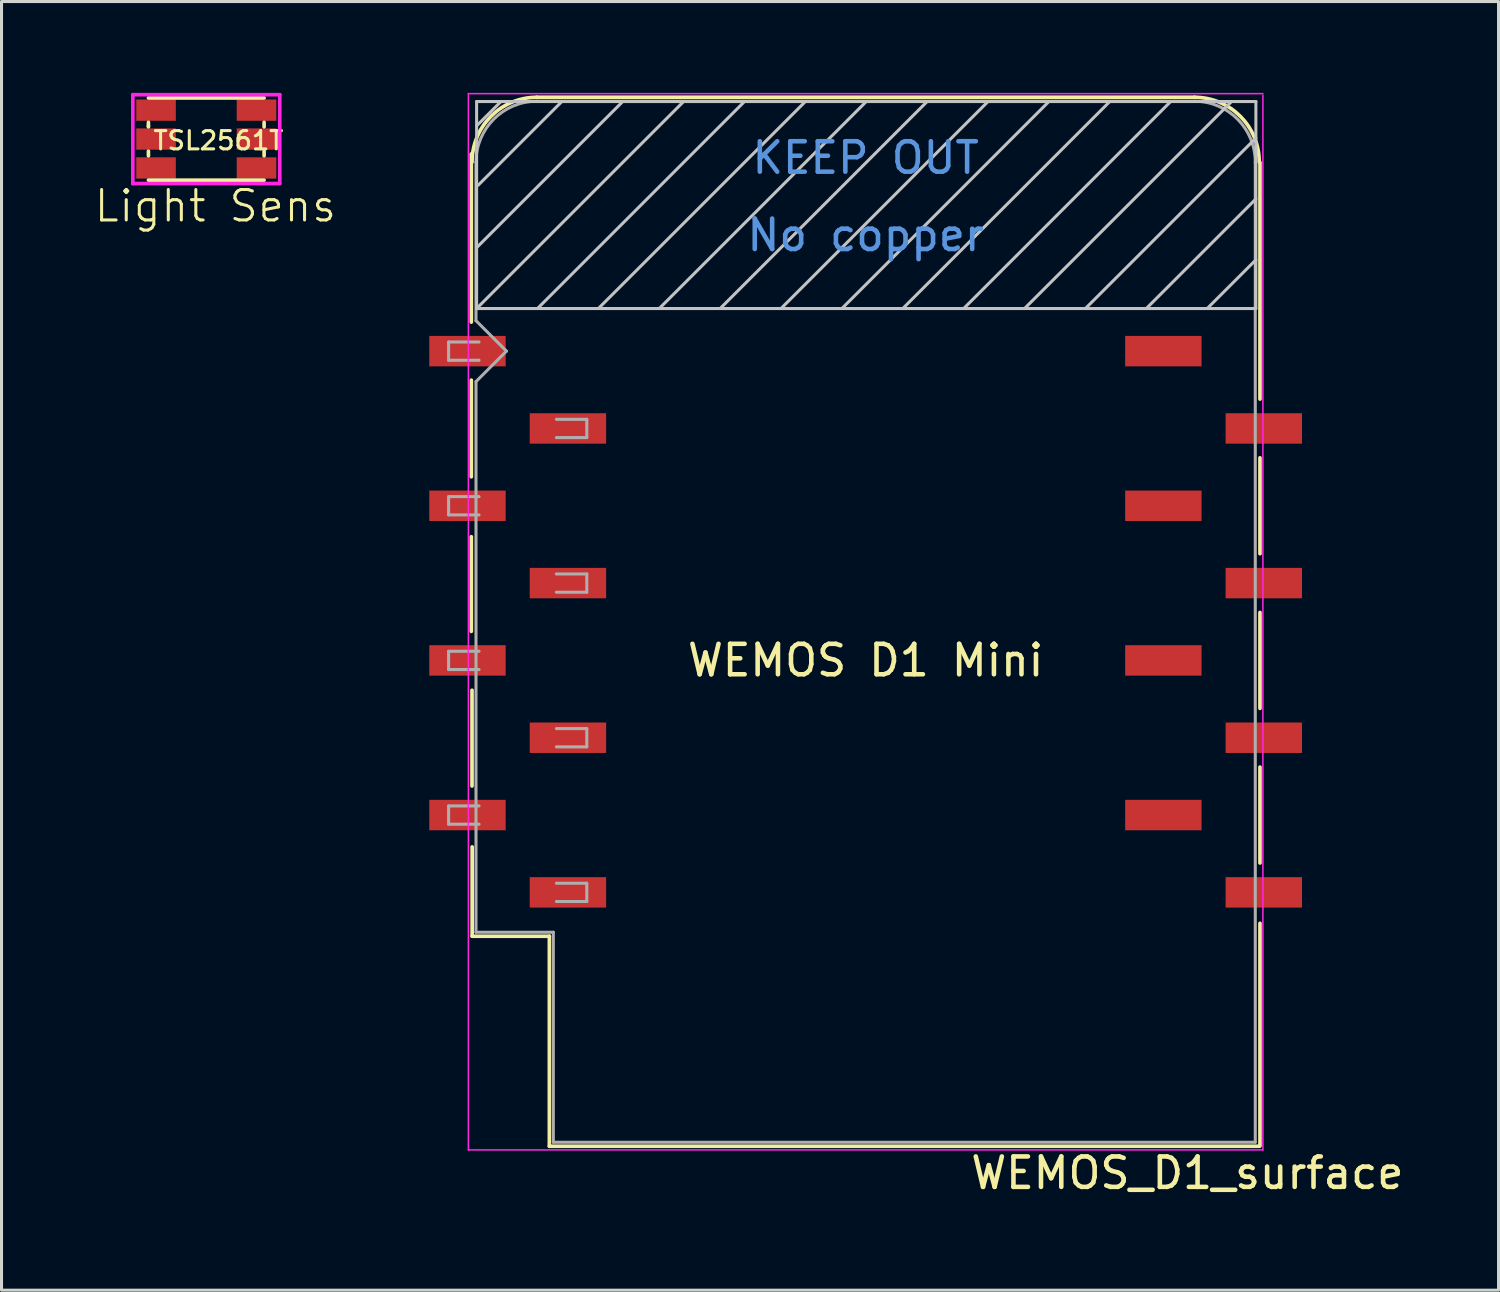
<source format=kicad_pcb>
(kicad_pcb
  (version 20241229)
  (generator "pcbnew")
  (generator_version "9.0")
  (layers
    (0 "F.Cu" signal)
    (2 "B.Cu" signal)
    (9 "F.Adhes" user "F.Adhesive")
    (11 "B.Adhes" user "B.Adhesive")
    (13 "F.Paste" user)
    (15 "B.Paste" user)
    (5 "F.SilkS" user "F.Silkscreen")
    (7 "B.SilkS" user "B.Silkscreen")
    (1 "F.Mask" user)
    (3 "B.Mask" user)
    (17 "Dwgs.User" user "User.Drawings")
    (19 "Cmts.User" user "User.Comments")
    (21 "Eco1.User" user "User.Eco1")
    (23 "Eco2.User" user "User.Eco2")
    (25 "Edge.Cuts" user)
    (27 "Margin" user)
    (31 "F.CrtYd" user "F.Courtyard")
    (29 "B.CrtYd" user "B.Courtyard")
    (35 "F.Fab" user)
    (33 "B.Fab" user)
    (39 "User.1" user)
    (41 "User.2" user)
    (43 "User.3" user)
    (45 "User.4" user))
  (footprint "WEMOS_D1_surface"
    (layer "F.Cu")
    (at 13.957 8.485)
    (property "Reference" "WEMOS_D1_surface" (at 22 27 0) (layer "F.SilkS") (effects (font (size 1 1) (thickness 0.15))))
    (attr through_hole)
    (fp_line (start -1.524 -0.953) (end -1.524 -6.477) (stroke (width 0.12) (type solid)) (layer "F.SilkS"))
    (fp_line (start -1.524 4.128) (end -1.524 0.953) (stroke (width 0.12) (type solid)) (layer "F.SilkS"))
    (fp_line (start -1.524 9.207) (end -1.524 6.096) (stroke (width 0.12) (type solid)) (layer "F.SilkS"))
    (fp_line (start -1.501 14.285) (end -1.501 11.14) (stroke (width 0.12) (type solid)) (layer "F.SilkS"))
    (fp_line (start -1.5 19.22) (end 1.04 19.22) (stroke (width 0.12) (type solid)) (layer "F.SilkS"))
    (fp_line (start -1.496 19.213) (end -1.496 16.286) (stroke (width 0.12) (type solid)) (layer "F.SilkS"))
    (fp_line (start 1.04 19.22) (end 1.04 26.12) (stroke (width 0.12) (type solid)) (layer "F.SilkS"))
    (fp_line (start 1.04 26.12) (end 24.36 26.12) (stroke (width 0.12) (type solid)) (layer "F.SilkS"))
    (fp_line (start 22.24 -8.34) (end 0.63 -8.34) (stroke (width 0.12) (type solid)) (layer "F.SilkS"))
    (fp_line (start 24.384 1.575) (end 24.384 -6.198) (stroke (width 0.12) (type solid)) (layer "F.SilkS"))
    (fp_line (start 24.384 6.655) (end 24.384 3.505) (stroke (width 0.12) (type solid)) (layer "F.SilkS"))
    (fp_line (start 24.384 11.735) (end 24.384 8.585) (stroke (width 0.12) (type solid)) (layer "F.SilkS"))
    (fp_line (start 24.384 16.815) (end 24.384 13.665) (stroke (width 0.12) (type solid)) (layer "F.SilkS"))
    (fp_line (start 24.384 18.796) (end 24.384 26.111) (stroke (width 0.12) (type solid)) (layer "F.SilkS"))
    (fp_arc (start -1.5 -6.21) (mid -0.876137 -7.716137) (end 0.63 -8.34) (stroke (width 0.12) (type solid)) (layer "F.SilkS"))
    (fp_arc (start 22.23 -8.34) (mid 23.736137 -7.716137) (end 24.36 -6.21) (stroke (width 0.12) (type solid)) (layer "F.SilkS"))
    (fp_line (start -1.35 -8.2) (end -1.35 -1.4) (stroke (width 0.1) (type solid)) (layer "Dwgs.User"))
    (fp_line (start -1.35 -7.4) (end -0.55 -8.2) (stroke (width 0.1) (type solid)) (layer "Dwgs.User"))
    (fp_line (start -1.35 -3.4) (end 3.45 -8.2) (stroke (width 0.1) (type solid)) (layer "Dwgs.User"))
    (fp_line (start -1.35 -1.4) (end 5.45 -8.2) (stroke (width 0.1) (type solid)) (layer "Dwgs.User"))
    (fp_line (start -1.35 -1.4) (end 24.25 -1.4) (stroke (width 0.1) (type solid)) (layer "Dwgs.User"))
    (fp_line (start -1.3 -5.45) (end 1.45 -8.2) (stroke (width 0.1) (type solid)) (layer "Dwgs.User"))
    (fp_line (start 0.65 -1.4) (end 7.45 -8.2) (stroke (width 0.1) (type solid)) (layer "Dwgs.User"))
    (fp_line (start 2.65 -1.4) (end 9.45 -8.2) (stroke (width 0.1) (type solid)) (layer "Dwgs.User"))
    (fp_line (start 4.65 -1.4) (end 11.45 -8.2) (stroke (width 0.1) (type solid)) (layer "Dwgs.User"))
    (fp_line (start 6.65 -1.4) (end 13.45 -8.2) (stroke (width 0.1) (type solid)) (layer "Dwgs.User"))
    (fp_line (start 8.65 -1.4) (end 15.45 -8.2) (stroke (width 0.1) (type solid)) (layer "Dwgs.User"))
    (fp_line (start 10.65 -1.4) (end 17.45 -8.2) (stroke (width 0.1) (type solid)) (layer "Dwgs.User"))
    (fp_line (start 12.65 -1.4) (end 19.45 -8.2) (stroke (width 0.1) (type solid)) (layer "Dwgs.User"))
    (fp_line (start 14.65 -1.4) (end 21.45 -8.2) (stroke (width 0.1) (type solid)) (layer "Dwgs.User"))
    (fp_line (start 16.65 -1.4) (end 23.45 -8.2) (stroke (width 0.1) (type solid)) (layer "Dwgs.User"))
    (fp_line (start 18.65 -1.4) (end 24.25 -7) (stroke (width 0.1) (type solid)) (layer "Dwgs.User"))
    (fp_line (start 20.65 -1.4) (end 24.25 -5) (stroke (width 0.1) (type solid)) (layer "Dwgs.User"))
    (fp_line (start 22.65 -1.4) (end 24.25 -3) (stroke (width 0.1) (type solid)) (layer "Dwgs.User"))
    (fp_line (start 24.25 -8.2) (end -1.35 -8.2) (stroke (width 0.1) (type solid)) (layer "Dwgs.User"))
    (fp_line (start 24.25 -1.4) (end 24.25 -8.2) (stroke (width 0.1) (type solid)) (layer "Dwgs.User"))
    (fp_line (start -1.62 -8.46) (end 24.48 -8.46) (stroke (width 0.05) (type solid)) (layer "F.CrtYd"))
    (fp_line (start -1.62 26.24) (end -1.62 -8.46) (stroke (width 0.05) (type solid)) (layer "F.CrtYd"))
    (fp_line (start 24.48 -8.41) (end 24.48 26.24) (stroke (width 0.05) (type solid)) (layer "F.CrtYd"))
    (fp_line (start 24.48 26.24) (end -1.62 26.24) (stroke (width 0.05) (type solid)) (layer "F.CrtYd"))
    (fp_line (start -2.27 -0.3) (end -1.27 -0.3) (stroke (width 0.1) (type solid)) (layer "F.Fab"))
    (fp_line (start -2.27 0.3) (end -2.27 -0.3) (stroke (width 0.1) (type solid)) (layer "F.Fab"))
    (fp_line (start -2.27 4.78) (end -1.27 4.78) (stroke (width 0.1) (type solid)) (layer "F.Fab"))
    (fp_line (start -2.27 5.38) (end -2.27 4.78) (stroke (width 0.1) (type solid)) (layer "F.Fab"))
    (fp_line (start -2.27 9.86) (end -1.27 9.86) (stroke (width 0.1) (type solid)) (layer "F.Fab"))
    (fp_line (start -2.27 10.46) (end -2.27 9.86) (stroke (width 0.1) (type solid)) (layer "F.Fab"))
    (fp_line (start -2.27 14.94) (end -1.27 14.94) (stroke (width 0.1) (type solid)) (layer "F.Fab"))
    (fp_line (start -2.27 15.54) (end -2.27 14.94) (stroke (width 0.1) (type solid)) (layer "F.Fab"))
    (fp_line (start -1.37 -6.21) (end -1.37 -1) (stroke (width 0.1) (type solid)) (layer "F.Fab"))
    (fp_line (start -1.37 1) (end -1.37 19.09) (stroke (width 0.1) (type solid)) (layer "F.Fab"))
    (fp_line (start -1.37 1) (end -0.37 0) (stroke (width 0.1) (type solid)) (layer "F.Fab"))
    (fp_line (start -1.37 19.09) (end 1.17 19.09) (stroke (width 0.1) (type solid)) (layer "F.Fab"))
    (fp_line (start -1.27 0.3) (end -2.27 0.3) (stroke (width 0.1) (type solid)) (layer "F.Fab"))
    (fp_line (start -1.27 5.38) (end -2.27 5.38) (stroke (width 0.1) (type solid)) (layer "F.Fab"))
    (fp_line (start -1.27 10.46) (end -2.27 10.46) (stroke (width 0.1) (type solid)) (layer "F.Fab"))
    (fp_line (start -1.27 15.54) (end -2.27 15.54) (stroke (width 0.1) (type solid)) (layer "F.Fab"))
    (fp_line (start -0.37 0) (end -1.37 -1) (stroke (width 0.1) (type solid)) (layer "F.Fab"))
    (fp_line (start 1.17 19.09) (end 1.17 25.99) (stroke (width 0.1) (type solid)) (layer "F.Fab"))
    (fp_line (start 1.17 25.99) (end 24.23 25.99) (stroke (width 0.1) (type solid)) (layer "F.Fab"))
    (fp_line (start 1.27 2.24) (end 2.27 2.24) (stroke (width 0.1) (type solid)) (layer "F.Fab"))
    (fp_line (start 1.27 7.32) (end 2.27 7.32) (stroke (width 0.1) (type solid)) (layer "F.Fab"))
    (fp_line (start 1.27 12.4) (end 2.27 12.4) (stroke (width 0.1) (type solid)) (layer "F.Fab"))
    (fp_line (start 1.27 17.48) (end 2.27 17.48) (stroke (width 0.1) (type solid)) (layer "F.Fab"))
    (fp_line (start 2.27 2.24) (end 2.27 2.84) (stroke (width 0.1) (type solid)) (layer "F.Fab"))
    (fp_line (start 2.27 2.84) (end 1.27 2.84) (stroke (width 0.1) (type solid)) (layer "F.Fab"))
    (fp_line (start 2.27 7.32) (end 2.27 7.92) (stroke (width 0.1) (type solid)) (layer "F.Fab"))
    (fp_line (start 2.27 7.92) (end 1.27 7.92) (stroke (width 0.1) (type solid)) (layer "F.Fab"))
    (fp_line (start 2.27 12.4) (end 2.27 13) (stroke (width 0.1) (type solid)) (layer "F.Fab"))
    (fp_line (start 2.27 13) (end 1.27 13) (stroke (width 0.1) (type solid)) (layer "F.Fab"))
    (fp_line (start 2.27 17.48) (end 2.27 18.08) (stroke (width 0.1) (type solid)) (layer "F.Fab"))
    (fp_line (start 2.27 18.08) (end 1.27 18.08) (stroke (width 0.1) (type solid)) (layer "F.Fab"))
    (fp_line (start 22.23 -8.21) (end 0.63 -8.21) (stroke (width 0.1) (type solid)) (layer "F.Fab"))
    (fp_line (start 24.23 25.99) (end 24.23 -6.21) (stroke (width 0.1) (type solid)) (layer "F.Fab"))
    (fp_arc (start -1.37 -6.21) (mid -0.784214 -7.624214) (end 0.63 -8.21) (stroke (width 0.1) (type solid)) (layer "F.Fab"))
    (fp_arc (start 22.25 -8.21) (mid 23.658356 -7.610071) (end 24.23 -6.19) (stroke (width 0.1) (type solid)) (layer "F.Fab"))
    (fp_text user "WEMOS D1 Mini" (at 11.43 10.16 0) (layer "F.SilkS") (effects (font (size 1 1) (thickness 0.15))))
    (fp_text user "No copper" (at 11.43 -3.81 0) (layer "Cmts.User") (effects (font (size 1 1) (thickness 0.15))))
    (fp_text user "KEEP OUT" (at 11.43 -6.35 0) (layer "Cmts.User") (effects (font (size 1 1) (thickness 0.15))))
    (pad "1" smd rect (at -1.65 0) (size 2.51 1) (layers "F.Cu" "F.Mask" "F.Paste"))
    (pad "2" smd rect (at 1.65 2.54) (size 2.51 1) (layers "F.Cu" "F.Mask" "F.Paste"))
    (pad "3" smd rect (at -1.65 5.08) (size 2.51 1) (layers "F.Cu" "F.Mask" "F.Paste"))
    (pad "4" smd rect (at 1.65 7.62) (size 2.51 1) (layers "F.Cu" "F.Mask" "F.Paste"))
    (pad "5" smd rect (at -1.65 10.16) (size 2.51 1) (layers "F.Cu" "F.Mask" "F.Paste"))
    (pad "6" smd rect (at 1.65 12.7) (size 2.51 1) (layers "F.Cu" "F.Mask" "F.Paste"))
    (pad "7" smd rect (at -1.65 15.24) (size 2.51 1) (layers "F.Cu" "F.Mask" "F.Paste"))
    (pad "8" smd rect (at 1.65 17.78) (size 2.51 1) (layers "F.Cu" "F.Mask" "F.Paste"))
    (pad "9" smd rect (at 24.51 17.78) (size 2.51 1) (layers "F.Cu" "F.Mask" "F.Paste"))
    (pad "10" smd rect (at 21.21 15.24) (size 2.51 1) (layers "F.Cu" "F.Mask" "F.Paste"))
    (pad "11" smd rect (at 24.51 12.7) (size 2.51 1) (layers "F.Cu" "F.Mask" "F.Paste"))
    (pad "12" smd rect (at 21.21 10.16) (size 2.51 1) (layers "F.Cu" "F.Mask" "F.Paste"))
    (pad "13" smd rect (at 24.51 7.62) (size 2.51 1) (layers "F.Cu" "F.Mask" "F.Paste"))
    (pad "14" smd rect (at 21.21 5.08) (size 2.51 1) (layers "F.Cu" "F.Mask" "F.Paste"))
    (pad "15" smd rect (at 24.51 2.54) (size 2.51 1) (layers "F.Cu" "F.Mask" "F.Paste"))
    (pad "16" smd rect (at 21.21 0) (size 2.51 1) (layers "F.Cu" "F.Mask" "F.Paste")))
  (footprint "TSL2561T"
    (layer "F.Cu")
    (at 2.076 0.568)
    (property "Reference" "TSL2561T" (at 2.05 1 0) (layer "F.SilkS") (effects (font (size 0.6 0.6) (thickness 0.1))))
    (attr through_hole)
    (fp_line (start -0.25 -0.4) (end 3.55 -0.4) (stroke (width 0.12) (type solid)) (layer "F.SilkS"))
    (fp_line (start -0.25 0.4) (end -0.25 0.525) (stroke (width 0.12) (type solid)) (layer "F.SilkS"))
    (fp_line (start -0.25 0.525) (end -0.25 0.55) (stroke (width 0.12) (type solid)) (layer "F.SilkS"))
    (fp_line (start -0.25 1.35) (end -0.25 1.5) (stroke (width 0.12) (type solid)) (layer "F.SilkS"))
    (fp_line (start 3.55 0.4) (end 3.55 0.55) (stroke (width 0.12) (type solid)) (layer "F.SilkS"))
    (fp_line (start 3.55 1.35) (end 3.55 1.5) (stroke (width 0.12) (type solid)) (layer "F.SilkS"))
    (fp_line (start 3.55 2.3) (end -0.25 2.3) (stroke (width 0.12) (type solid)) (layer "F.SilkS"))
    (fp_line (start -0.762 -0.508) (end 4.064 -0.508) (stroke (width 0.12) (type solid)) (layer "F.CrtYd"))
    (fp_line (start -0.762 2.413) (end -0.762 -0.508) (stroke (width 0.12) (type solid)) (layer "F.CrtYd"))
    (fp_line (start 4.064 -0.508) (end 4.064 2.413) (stroke (width 0.12) (type solid)) (layer "F.CrtYd"))
    (fp_line (start 4.064 2.413) (end -0.762 2.413) (stroke (width 0.12) (type solid)) (layer "F.CrtYd"))
    (fp_text user "Light Sens" (at 1.95 3.15 0) (layer "F.SilkS") (effects (font (size 1 1) (thickness 0.1))))
    (pad "1" smd rect (at 0 0) (size 1.3 0.7) (layers "F.Cu" "F.Mask" "F.Paste"))
    (pad "2" smd rect (at 0 0.95) (size 1.3 0.7) (layers "F.Cu" "F.Mask" "F.Paste"))
    (pad "3" smd rect (at 0 1.9) (size 1.3 0.7) (layers "F.Cu" "F.Mask" "F.Paste"))
    (pad "4" smd rect (at 3.3 1.9) (size 1.3 0.7) (layers "F.Cu" "F.Mask" "F.Paste"))
    (pad "5" smd rect (at 3.3 0.95) (size 1.3 0.7) (layers "F.Cu" "F.Mask" "F.Paste"))
    (pad "6" smd rect (at 3.3 0) (size 1.3 0.7) (layers "F.Cu" "F.Mask" "F.Paste")))
  (gr_rect
    (start -3 -3)
    (end 46.178 39.333)
    (stroke (width 0.1) (type default))
    (fill no)
    (layer "Edge.Cuts")))
</source>
